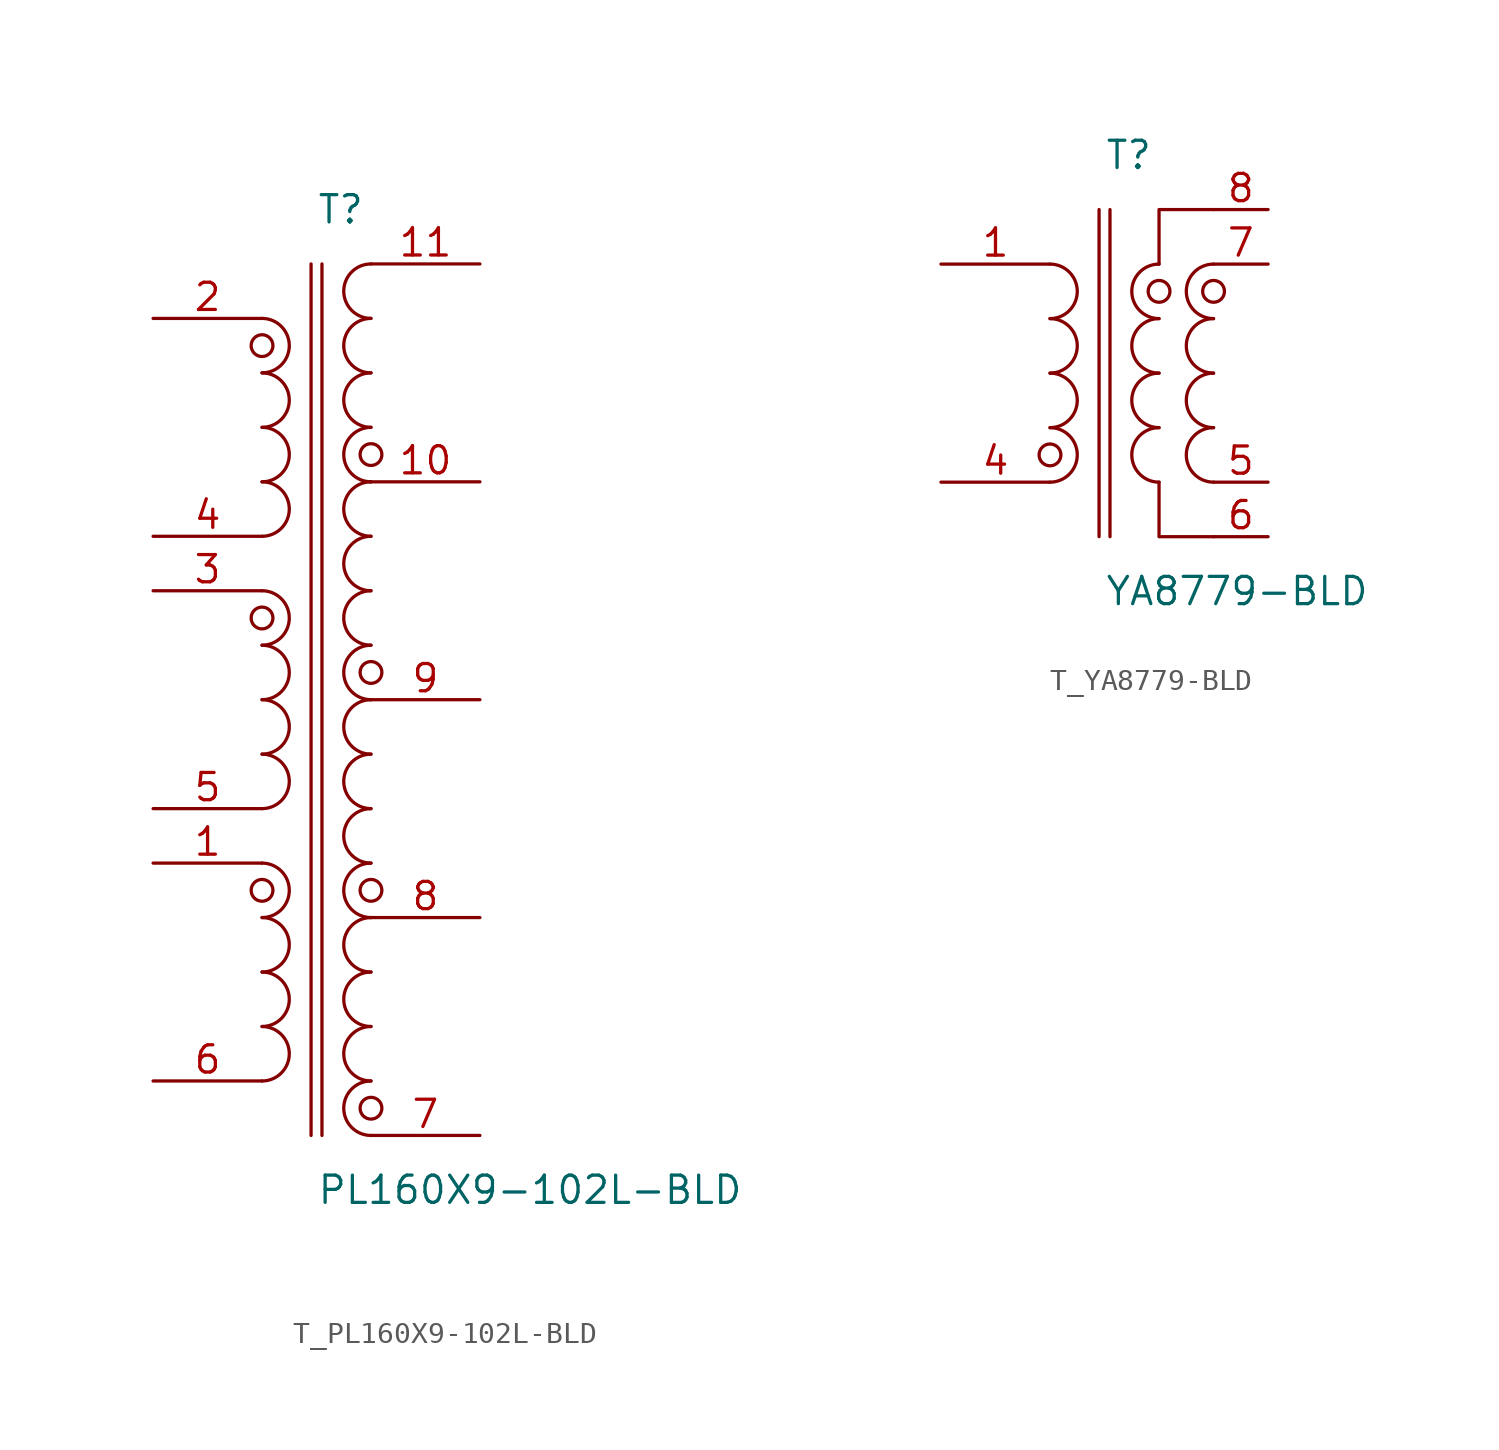
<source format=kicad_sym>
(kicad_symbol_lib
  (version 20231120)
  (generator kicad_symbol_editor)
  (generator_version 8.0)
  (symbol "T_PL160X9-102L-BLD"
    (pin_names
      (offset 0.254))
    (property "Reference" "T"
      (at 0 22.86 0)
      (effects (font (size 1.27 1.27)) (justify left)))
    (property "Value" "PL160X9-102L-BLD"
      (at 0 -22.86 0)
      (effects (font (size 1.27 1.27)) (justify left)))
    (symbol "T_PL160X9-102L-BLD_0_1"
      (arc (start -2.54 7.62) (mid -1.27 8.89) (end -2.54 10.16) (stroke (width 0) (type default)) (fill (type none)))
      (arc (start -2.54 10.16) (mid -1.27 11.43) (end -2.54 12.7) (stroke (width 0) (type default)) (fill (type none)))
      (arc (start -2.54 12.7) (mid -1.27 13.969999999999999) (end -2.54 15.239999999999998) (stroke (width 0) (type default)) (fill (type none)))
      (arc (start -2.54 15.24) (mid -1.27 16.51) (end -2.54 17.78) (stroke (width 0) (type default)) (fill (type none)))
      (arc (start -2.54 -5.08) (mid -1.27 -3.81) (end -2.54 -2.54) (stroke (width 0) (type default)) (fill (type none)))
      (arc (start -2.54 -2.54) (mid -1.27 -1.27) (end -2.54 0.0) (stroke (width 0) (type default)) (fill (type none)))
      (arc (start -2.54 0.0) (mid -1.27 1.27) (end -2.54 2.54) (stroke (width 0) (type default)) (fill (type none)))
      (arc (start -2.54 2.54) (mid -1.27 3.81) (end -2.54 5.08) (stroke (width 0) (type default)) (fill (type none)))
      (arc (start -2.54 -17.78) (mid -1.27 -16.51) (end -2.54 -15.240000000000002) (stroke (width 0) (type default)) (fill (type none)))
      (arc (start -2.54 -15.240000000000002) (mid -1.27 -13.970000000000002) (end -2.54 -12.700000000000003) (stroke (width 0) (type default)) (fill (type none)))
      (arc (start -2.54 -12.700000000000001) (mid -1.27 -11.430000000000001) (end -2.54 -10.16) (stroke (width 0) (type default)) (fill (type none)))
      (arc (start -2.54 -10.16) (mid -1.27 -8.89) (end -2.54 -7.62) (stroke (width 0) (type default)) (fill (type none)))
      (arc (start 2.54 10.16) (mid 1.27 11.43) (end 2.54 12.7) (stroke (width 0) (type default)) (fill (type none)))
      (arc (start 2.54 12.7) (mid 1.27 13.969999999999999) (end 2.54 15.239999999999998) (stroke (width 0) (type default)) (fill (type none)))
      (arc (start 2.54 15.24) (mid 1.27 16.51) (end 2.54 17.78) (stroke (width 0) (type default)) (fill (type none)))
      (arc (start 2.54 17.78) (mid 1.27 19.05) (end 2.54 20.32) (stroke (width 0) (type default)) (fill (type none)))
      (arc (start 2.54 0.0) (mid 1.27 1.27) (end 2.54 2.54) (stroke (width 0) (type default)) (fill (type none)))
      (arc (start 2.54 2.54) (mid 1.27 3.81) (end 2.54 5.08) (stroke (width 0) (type default)) (fill (type none)))
      (arc (start 2.54 5.08) (mid 1.27 6.35) (end 2.54 7.62) (stroke (width 0) (type default)) (fill (type none)))
      (arc (start 2.54 7.62) (mid 1.27 8.89) (end 2.54 10.16) (stroke (width 0) (type default)) (fill (type none)))
      (arc (start 2.54 -10.16) (mid 1.27 -8.89) (end 2.54 -7.62) (stroke (width 0) (type default)) (fill (type none)))
      (arc (start 2.54 -7.62) (mid 1.27 -6.35) (end 2.54 -5.08) (stroke (width 0) (type default)) (fill (type none)))
      (arc (start 2.54 -5.08) (mid 1.27 -3.81) (end 2.54 -2.54) (stroke (width 0) (type default)) (fill (type none)))
      (arc (start 2.54 -2.54) (mid 1.27 -1.27) (end 2.54 0.0) (stroke (width 0) (type default)) (fill (type none)))
      (arc (start 2.54 -20.32) (mid 1.27 -19.05) (end 2.54 -17.78) (stroke (width 0) (type default)) (fill (type none)))
      (arc (start 2.54 -17.78) (mid 1.27 -16.51) (end 2.54 -15.240000000000002) (stroke (width 0) (type default)) (fill (type none)))
      (arc (start 2.54 -15.24) (mid 1.27 -13.97) (end 2.54 -12.7) (stroke (width 0) (type default)) (fill (type none)))
      (arc (start 2.54 -12.7) (mid 1.27 -11.43) (end 2.54 -10.16) (stroke (width 0) (type default)) (fill (type none)))
      (circle (center -2.54 16.51) (radius 0.508) (stroke (width 0) (type default)) (fill (type none)))
      (circle (center -2.54 3.81) (radius 0.508) (stroke (width 0) (type default)) (fill (type none)))
      (circle (center -2.54 -8.89) (radius 0.508) (stroke (width 0) (type default)) (fill (type none)))
      (circle (center 2.54 11.43) (radius 0.508) (stroke (width 0) (type default)) (fill (type none)))
      (circle (center 2.54 1.27) (radius 0.508) (stroke (width 0) (type default)) (fill (type none)))
      (circle (center 2.54 -8.89) (radius 0.508) (stroke (width 0) (type default)) (fill (type none)))
      (circle (center 2.54 -19.05) (radius 0.508) (stroke (width 0) (type default)) (fill (type none)))
      (polyline (pts (xy -0.254 20.32) (xy -0.254 -20.32)) (stroke (width 0) (type default)) (fill (type none)))
      (polyline (pts (xy 0.254 20.32) (xy 0.254 -20.32)) (stroke (width 0) (type default)) (fill (type none)))
      (pin unspecified line (at -7.62 17.78 0) (length 5.08) (name "" (effects (font (size 1.27 1.27)))) (number "2" (effects (font (size 1.27 1.27)))))
      (pin unspecified line (at -7.62 7.62 0) (length 5.08) (name "" (effects (font (size 1.27 1.27)))) (number "4" (effects (font (size 1.27 1.27)))))
      (pin unspecified line (at -7.62 5.08 0) (length 5.08) (name "" (effects (font (size 1.27 1.27)))) (number "3" (effects (font (size 1.27 1.27)))))
      (pin unspecified line (at -7.62 -5.08 0) (length 5.08) (name "" (effects (font (size 1.27 1.27)))) (number "5" (effects (font (size 1.27 1.27)))))
      (pin unspecified line (at -7.62 -7.62 0) (length 5.08) (name "" (effects (font (size 1.27 1.27)))) (number "1" (effects (font (size 1.27 1.27)))))
      (pin unspecified line (at -7.62 -17.78 0) (length 5.08) (name "" (effects (font (size 1.27 1.27)))) (number "6" (effects (font (size 1.27 1.27)))))
      (pin unspecified line (at 7.62 20.32 180) (length 5.08) (name "" (effects (font (size 1.27 1.27)))) (number "11" (effects (font (size 1.27 1.27)))))
      (pin unspecified line (at 7.62 10.16 180) (length 5.08) (name "" (effects (font (size 1.27 1.27)))) (number "10" (effects (font (size 1.27 1.27)))))
      (pin unspecified line (at 7.62 0 180) (length 5.08) (name "" (effects (font (size 1.27 1.27)))) (number "9" (effects (font (size 1.27 1.27)))))
      (pin unspecified line (at 7.62 -10.16 180) (length 5.08) (name "" (effects (font (size 1.27 1.27)))) (number "8" (effects (font (size 1.27 1.27)))))
      (pin unspecified line (at 7.62 -20.32 180) (length 5.08) (name "" (effects (font (size 1.27 1.27)))) (number "7" (effects (font (size 1.27 1.27)))))))
  (symbol "T_YA8779-BLD"
    (pin_names
      (offset 0.254))
    (property "Reference" "T"
      (at 0 10.16 0)
      (effects (font (size 1.27 1.27)) (justify left)))
    (property "Value" "YA8779-BLD"
      (at 0 -10.16 0)
      (effects (font (size 1.27 1.27)) (justify left)))
    (symbol "T_YA8779-BLD_0_1"
      (arc (start -2.54 -5.08) (mid -1.27 -3.81) (end -2.54 -2.54) (stroke (width 0) (type default)) (fill (type none)))
      (arc (start -2.54 -2.54) (mid -1.27 -1.27) (end -2.54 0.0) (stroke (width 0) (type default)) (fill (type none)))
      (arc (start -2.54 0.0) (mid -1.27 1.27) (end -2.54 2.54) (stroke (width 0) (type default)) (fill (type none)))
      (arc (start -2.54 2.54) (mid -1.27 3.81) (end -2.54 5.08) (stroke (width 0) (type default)) (fill (type none)))
      (arc (start 2.54 -5.08) (mid 1.27 -3.81) (end 2.54 -2.54) (stroke (width 0) (type default)) (fill (type none)))
      (arc (start 2.54 -2.54) (mid 1.27 -1.27) (end 2.54 0.0) (stroke (width 0) (type default)) (fill (type none)))
      (arc (start 2.54 0.0) (mid 1.27 1.27) (end 2.54 2.54) (stroke (width 0) (type default)) (fill (type none)))
      (arc (start 2.54 2.54) (mid 1.27 3.81) (end 2.54 5.08) (stroke (width 0) (type default)) (fill (type none)))
      (arc (start 5.08 -5.08) (mid 3.81 -3.81) (end 5.08 -2.54) (stroke (width 0) (type default)) (fill (type none)))
      (arc (start 5.08 -2.54) (mid 3.81 -1.27) (end 5.08 0.0) (stroke (width 0) (type default)) (fill (type none)))
      (arc (start 5.08 0.0) (mid 3.81 1.27) (end 5.08 2.54) (stroke (width 0) (type default)) (fill (type none)))
      (arc (start 5.08 2.54) (mid 3.81 3.81) (end 5.08 5.08) (stroke (width 0) (type default)) (fill (type none)))
      (polyline (pts (xy 2.54 -5.08) (xy 2.54 -7.62) (xy 5.08 -7.62)) (stroke (width 0) (type default)) (fill (type none)))
      (polyline (pts (xy 2.54 5.08) (xy 2.54 7.62) (xy 5.08 7.62)) (stroke (width 0) (type default)) (fill (type none)))
      (circle (center -2.54 -3.81) (radius 0.508) (stroke (width 0) (type default)) (fill (type none)))
      (circle (center 2.54 3.81) (radius 0.508) (stroke (width 0) (type default)) (fill (type none)))
      (circle (center 5.08 3.81) (radius 0.508) (stroke (width 0) (type default)) (fill (type none)))
      (polyline (pts (xy -0.254 7.62) (xy -0.254 -7.62)) (stroke (width 0) (type default)) (fill (type none)))
      (polyline (pts (xy 0.254 7.62) (xy 0.254 -7.62)) (stroke (width 0) (type default)) (fill (type none)))
      (pin unspecified line (at -7.62 5.08 0) (length 5.08) (name "" (effects (font (size 1.27 1.27)))) (number "1" (effects (font (size 1.27 1.27)))))
      (pin no_connect line (at -7.62 2.54 0) (length 2.54) (name "" (effects (font (size 1.27 1.27)))) (number "2" (effects (font (size 1.27 1.27)))) hide)
      (pin no_connect line (at -7.62 -2.54 0) (length 2.54) (name "" (effects (font (size 1.27 1.27)))) (number "3" (effects (font (size 1.27 1.27)))) hide)
      (pin unspecified line (at -7.62 -5.08 0) (length 5.08) (name "" (effects (font (size 1.27 1.27)))) (number "4" (effects (font (size 1.27 1.27)))))
      (pin unspecified line (at 7.62 7.62 180) (length 2.54) (name "" (effects (font (size 1.27 1.27)))) (number "8" (effects (font (size 1.27 1.27)))))
      (pin unspecified line (at 7.62 5.08 180) (length 2.54) (name "" (effects (font (size 1.27 1.27)))) (number "7" (effects (font (size 1.27 1.27)))))
      (pin unspecified line (at 7.62 -5.08 180) (length 2.54) (name "" (effects (font (size 1.27 1.27)))) (number "5" (effects (font (size 1.27 1.27)))))
      (pin unspecified line (at 7.62 -7.62 180) (length 2.54) (name "" (effects (font (size 1.27 1.27)))) (number "6" (effects (font (size 1.27 1.27))))))))
</source>
